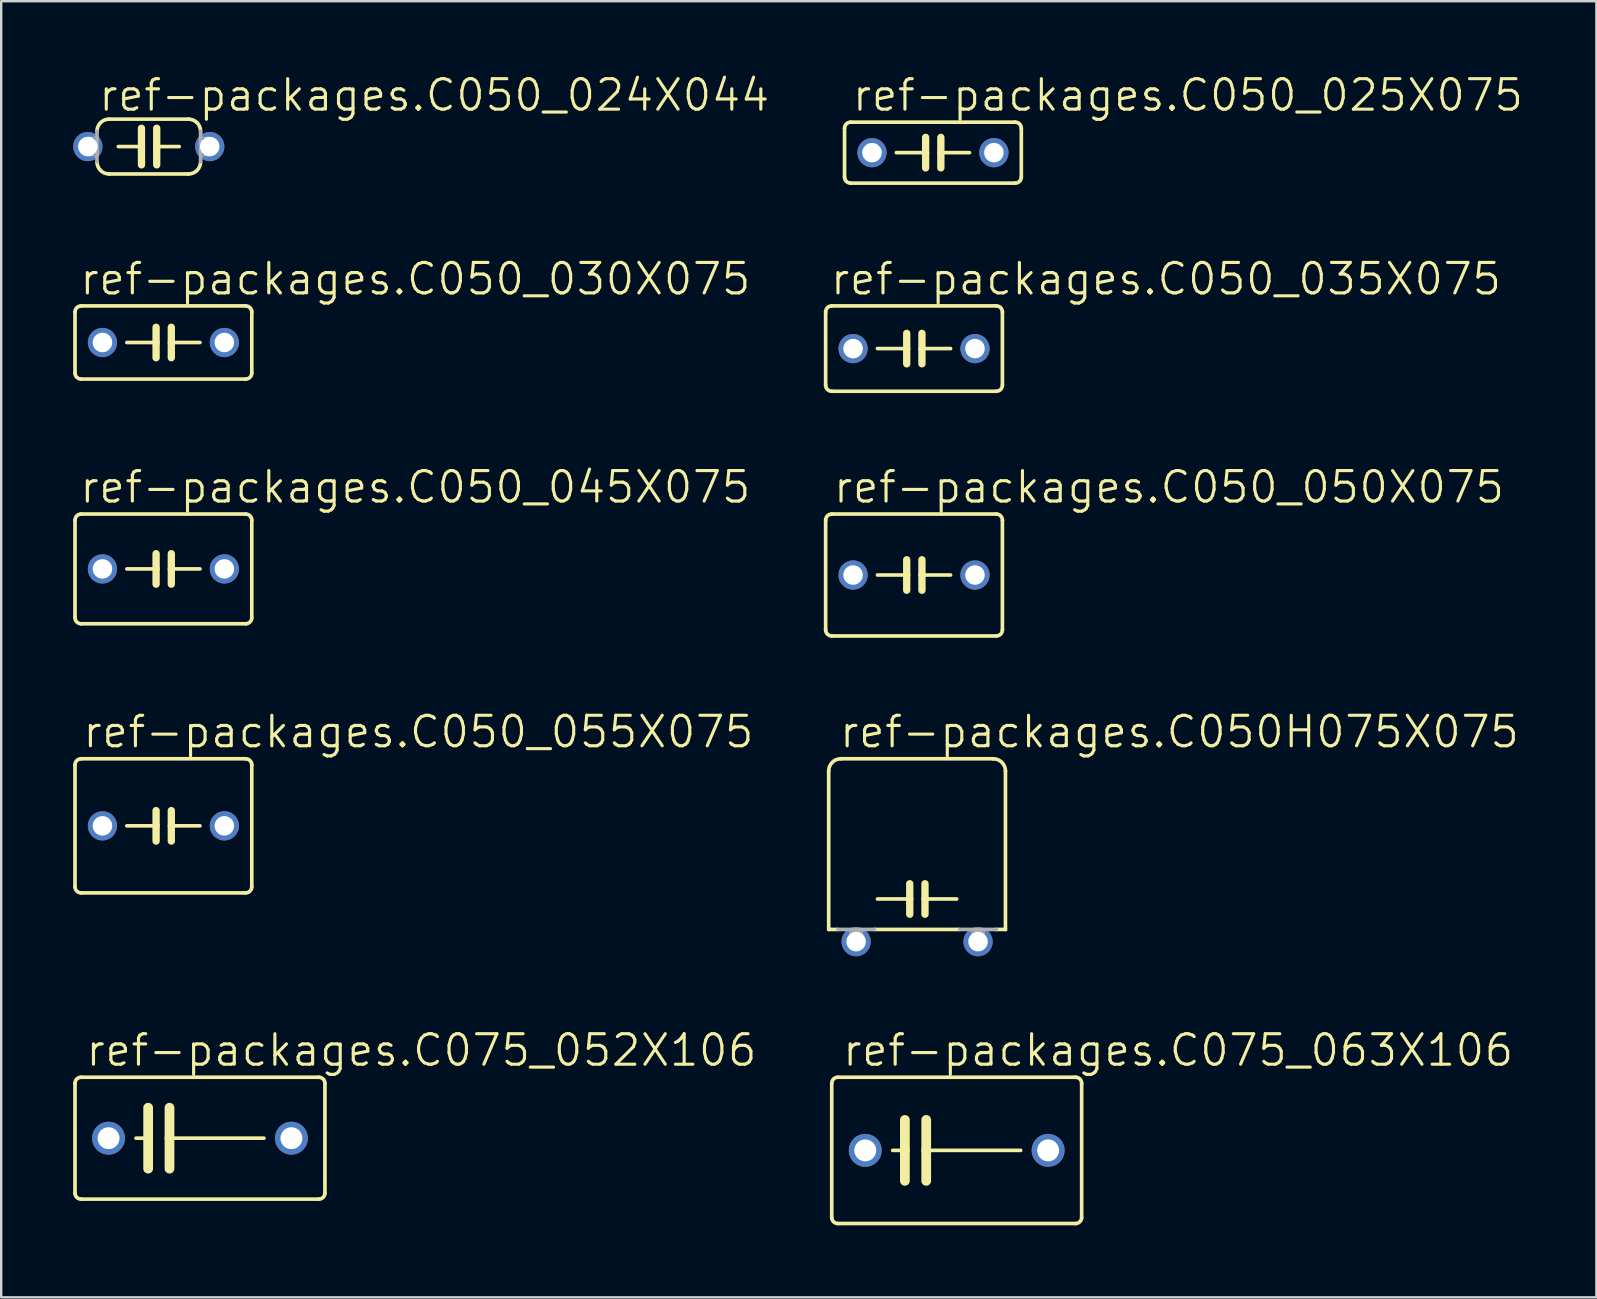
<source format=kicad_pcb>
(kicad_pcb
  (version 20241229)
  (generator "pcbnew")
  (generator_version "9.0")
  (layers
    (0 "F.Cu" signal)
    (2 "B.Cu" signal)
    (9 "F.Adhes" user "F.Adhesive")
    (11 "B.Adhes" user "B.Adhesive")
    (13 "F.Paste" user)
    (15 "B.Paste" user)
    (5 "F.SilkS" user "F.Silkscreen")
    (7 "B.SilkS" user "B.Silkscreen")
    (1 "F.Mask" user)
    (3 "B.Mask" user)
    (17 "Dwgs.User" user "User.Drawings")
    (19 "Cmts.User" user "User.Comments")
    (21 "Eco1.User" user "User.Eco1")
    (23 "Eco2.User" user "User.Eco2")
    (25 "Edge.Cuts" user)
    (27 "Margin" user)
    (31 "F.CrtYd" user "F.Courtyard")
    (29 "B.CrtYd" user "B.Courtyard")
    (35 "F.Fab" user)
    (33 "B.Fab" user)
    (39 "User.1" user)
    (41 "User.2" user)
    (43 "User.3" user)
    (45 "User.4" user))
  (footprint "ref-packages.C050_055X075"
    (layer "F.Cu")
    (at 3.759 31.363)
    (property "Reference" "ref-packages.C050_055X075" (at -3.429 -3.175 0) (layer "F.SilkS") (effects (font (size 1.27 1.27) (thickness 0.13)) (justify left bottom)))
    (attr through_hole)
    (fp_line (start -3.683 -2.54) (end -3.683 2.54) (stroke (width 0.152) (type default)) (layer "F.SilkS"))
    (fp_line (start -3.429 2.794) (end 3.429 2.794) (stroke (width 0.152) (type default)) (layer "F.SilkS"))
    (fp_line (start -0.305 -0.635) (end -0.305 0) (stroke (width 0.305) (type default)) (layer "F.SilkS"))
    (fp_line (start -0.305 0) (end -1.524 0) (stroke (width 0.152) (type default)) (layer "F.SilkS"))
    (fp_line (start -0.305 0) (end -0.305 0.635) (stroke (width 0.305) (type default)) (layer "F.SilkS"))
    (fp_line (start 0.33 -0.635) (end 0.33 0) (stroke (width 0.305) (type default)) (layer "F.SilkS"))
    (fp_line (start 0.33 0) (end 0.33 0.635) (stroke (width 0.305) (type default)) (layer "F.SilkS"))
    (fp_line (start 0.33 0) (end 1.524 0) (stroke (width 0.152) (type default)) (layer "F.SilkS"))
    (fp_line (start 3.429 -2.794) (end -3.429 -2.794) (stroke (width 0.152) (type default)) (layer "F.SilkS"))
    (fp_line (start 3.683 2.54) (end 3.683 -2.54) (stroke (width 0.152) (type default)) (layer "F.SilkS"))
    (fp_arc (start -3.683 -2.54) (mid -3.608605 -2.719605) (end -3.429 -2.794) (stroke (width 0.1524) (type default)) (layer "F.SilkS"))
    (fp_arc (start -3.429 2.794) (mid -3.608605 2.719605) (end -3.683 2.54) (stroke (width 0.1524) (type default)) (layer "F.SilkS"))
    (fp_arc (start 3.429 -2.794) (mid 3.608605 -2.719605) (end 3.683 -2.54) (stroke (width 0.1524) (type default)) (layer "F.SilkS"))
    (fp_arc (start 3.683 2.54) (mid 3.608605 2.719605) (end 3.429 2.794) (stroke (width 0.1524) (type default)) (layer "F.SilkS"))
    (pad "1" thru_hole circle (at -2.54 0) (size 1.219 1.219) (drill 0.813) (layers "*.Cu" "*.Mask"))
    (pad "2" thru_hole circle (at 2.54 0) (size 1.219 1.219) (drill 0.813) (layers "*.Cu" "*.Mask")))
  (footprint "ref-packages.C050H075X075"
    (layer "F.Cu")
    (at 35.165 36.189)
    (property "Reference" "ref-packages.C050H075X075" (at -3.302 -8.001 0) (layer "F.SilkS") (effects (font (size 1.27 1.27) (thickness 0.13)) (justify left bottom)))
    (attr through_hole)
    (fp_line (start -3.683 -7.112) (end -3.683 -0.508) (stroke (width 0.152) (type default)) (layer "F.SilkS"))
    (fp_line (start -3.683 -0.508) (end -3.302 -0.508) (stroke (width 0.152) (type default)) (layer "F.SilkS"))
    (fp_line (start -1.778 -0.508) (end 1.778 -0.508) (stroke (width 0.152) (type default)) (layer "F.SilkS"))
    (fp_line (start -0.305 -2.413) (end -0.305 -1.778) (stroke (width 0.305) (type default)) (layer "F.SilkS"))
    (fp_line (start -0.305 -1.778) (end -1.651 -1.778) (stroke (width 0.152) (type default)) (layer "F.SilkS"))
    (fp_line (start -0.305 -1.778) (end -0.305 -1.143) (stroke (width 0.305) (type default)) (layer "F.SilkS"))
    (fp_line (start 0.33 -2.413) (end 0.33 -1.778) (stroke (width 0.305) (type default)) (layer "F.SilkS"))
    (fp_line (start 0.33 -1.778) (end 0.33 -1.143) (stroke (width 0.305) (type default)) (layer "F.SilkS"))
    (fp_line (start 0.33 -1.778) (end 1.651 -1.778) (stroke (width 0.152) (type default)) (layer "F.SilkS"))
    (fp_line (start 3.175 -7.62) (end -3.175 -7.62) (stroke (width 0.152) (type default)) (layer "F.SilkS"))
    (fp_line (start 3.302 -0.508) (end 3.683 -0.508) (stroke (width 0.152) (type default)) (layer "F.SilkS"))
    (fp_line (start 3.683 -0.508) (end 3.683 -7.112) (stroke (width 0.152) (type default)) (layer "F.SilkS"))
    (fp_arc (start -3.683 -7.112) (mid -3.53421 -7.47121) (end -3.175 -7.62) (stroke (width 0.1524) (type default)) (layer "F.SilkS"))
    (fp_arc (start 3.175 -7.62) (mid 3.53421 -7.47121) (end 3.683 -7.112) (stroke (width 0.1524) (type default)) (layer "F.SilkS"))
    (fp_line (start -3.302 -0.508) (end -1.778 -0.508) (stroke (width 0.152) (type default)) (layer "F.Fab"))
    (fp_line (start -2.54 0) (end -2.54 -0.254) (stroke (width 0.508) (type default)) (layer "F.Fab"))
    (fp_line (start 1.778 -0.508) (end 3.302 -0.508) (stroke (width 0.152) (type default)) (layer "F.Fab"))
    (fp_line (start 2.54 0) (end 2.54 -0.254) (stroke (width 0.508) (type default)) (layer "F.Fab"))
    (fp_rect (start -2.794 -0.127) (end -2.286 -0.508) (stroke (width 0.05) (type default)) (fill no) (layer "F.Fab"))
    (fp_rect (start 2.286 -0.127) (end 2.794 -0.508) (stroke (width 0.05) (type default)) (fill no) (layer "F.Fab"))
    (pad "1" thru_hole circle (at -2.54 0) (size 1.219 1.219) (drill 0.813) (layers "*.Cu" "*.Mask"))
    (pad "2" thru_hole circle (at 2.54 0) (size 1.219 1.219) (drill 0.813) (layers "*.Cu" "*.Mask")))
  (footprint "ref-packages.C050_035X075"
    (layer "F.Cu")
    (at 35.038 11.476)
    (property "Reference" "ref-packages.C050_035X075" (at -3.556 -2.159 0) (layer "F.SilkS") (effects (font (size 1.27 1.27) (thickness 0.13)) (justify left bottom)))
    (attr through_hole)
    (fp_line (start -3.683 -1.524) (end -3.683 1.524) (stroke (width 0.152) (type default)) (layer "F.SilkS"))
    (fp_line (start -3.429 1.778) (end 3.429 1.778) (stroke (width 0.152) (type default)) (layer "F.SilkS"))
    (fp_line (start -0.305 -0.635) (end -0.305 0) (stroke (width 0.305) (type default)) (layer "F.SilkS"))
    (fp_line (start -0.305 0) (end -1.524 0) (stroke (width 0.152) (type default)) (layer "F.SilkS"))
    (fp_line (start -0.305 0) (end -0.305 0.635) (stroke (width 0.305) (type default)) (layer "F.SilkS"))
    (fp_line (start 0.33 -0.635) (end 0.33 0) (stroke (width 0.305) (type default)) (layer "F.SilkS"))
    (fp_line (start 0.33 0) (end 0.33 0.635) (stroke (width 0.305) (type default)) (layer "F.SilkS"))
    (fp_line (start 0.33 0) (end 1.524 0) (stroke (width 0.152) (type default)) (layer "F.SilkS"))
    (fp_line (start 3.429 -1.778) (end -3.429 -1.778) (stroke (width 0.152) (type default)) (layer "F.SilkS"))
    (fp_line (start 3.683 1.524) (end 3.683 -1.524) (stroke (width 0.152) (type default)) (layer "F.SilkS"))
    (fp_arc (start -3.683 -1.524) (mid -3.608605 -1.703605) (end -3.429 -1.778) (stroke (width 0.1524) (type default)) (layer "F.SilkS"))
    (fp_arc (start -3.429 1.778) (mid -3.608605 1.703605) (end -3.683 1.524) (stroke (width 0.1524) (type default)) (layer "F.SilkS"))
    (fp_arc (start 3.429 -1.778) (mid 3.608605 -1.703605) (end 3.683 -1.524) (stroke (width 0.1524) (type default)) (layer "F.SilkS"))
    (fp_arc (start 3.683 1.524) (mid 3.608605 1.703605) (end 3.429 1.778) (stroke (width 0.1524) (type default)) (layer "F.SilkS"))
    (pad "1" thru_hole circle (at -2.54 0) (size 1.219 1.219) (drill 0.813) (layers "*.Cu" "*.Mask"))
    (pad "2" thru_hole circle (at 2.54 0) (size 1.219 1.219) (drill 0.813) (layers "*.Cu" "*.Mask")))
  (footprint "ref-packages.C050_045X075"
    (layer "F.Cu")
    (at 3.759 20.657)
    (property "Reference" "ref-packages.C050_045X075" (at -3.556 -2.667 0) (layer "F.SilkS") (effects (font (size 1.27 1.27) (thickness 0.13)) (justify left bottom)))
    (attr through_hole)
    (fp_line (start -3.683 -2.032) (end -3.683 2.032) (stroke (width 0.152) (type default)) (layer "F.SilkS"))
    (fp_line (start -3.429 2.286) (end 3.429 2.286) (stroke (width 0.152) (type default)) (layer "F.SilkS"))
    (fp_line (start -0.305 -0.635) (end -0.305 0) (stroke (width 0.305) (type default)) (layer "F.SilkS"))
    (fp_line (start -0.305 0) (end -1.524 0) (stroke (width 0.152) (type default)) (layer "F.SilkS"))
    (fp_line (start -0.305 0) (end -0.305 0.635) (stroke (width 0.305) (type default)) (layer "F.SilkS"))
    (fp_line (start 0.33 -0.635) (end 0.33 0) (stroke (width 0.305) (type default)) (layer "F.SilkS"))
    (fp_line (start 0.33 0) (end 0.33 0.635) (stroke (width 0.305) (type default)) (layer "F.SilkS"))
    (fp_line (start 0.33 0) (end 1.524 0) (stroke (width 0.152) (type default)) (layer "F.SilkS"))
    (fp_line (start 3.429 -2.286) (end -3.429 -2.286) (stroke (width 0.152) (type default)) (layer "F.SilkS"))
    (fp_line (start 3.683 2.032) (end 3.683 -2.032) (stroke (width 0.152) (type default)) (layer "F.SilkS"))
    (fp_arc (start -3.683 -2.032) (mid -3.608605 -2.211605) (end -3.429 -2.286) (stroke (width 0.1524) (type default)) (layer "F.SilkS"))
    (fp_arc (start -3.429 2.286) (mid -3.608605 2.211605) (end -3.683 2.032) (stroke (width 0.1524) (type default)) (layer "F.SilkS"))
    (fp_arc (start 3.429 -2.286) (mid 3.608605 -2.211605) (end 3.683 -2.032) (stroke (width 0.1524) (type default)) (layer "F.SilkS"))
    (fp_arc (start 3.683 2.032) (mid 3.608605 2.211605) (end 3.429 2.286) (stroke (width 0.1524) (type default)) (layer "F.SilkS"))
    (pad "1" thru_hole circle (at -2.54 0) (size 1.219 1.219) (drill 0.813) (layers "*.Cu" "*.Mask"))
    (pad "2" thru_hole circle (at 2.54 0) (size 1.219 1.219) (drill 0.813) (layers "*.Cu" "*.Mask")))
  (footprint "ref-packages.C050_025X075"
    (layer "F.Cu")
    (at 35.826 3.311)
    (property "Reference" "ref-packages.C050_025X075" (at -3.429 -1.651 0) (layer "F.SilkS") (effects (font (size 1.27 1.27) (thickness 0.13)) (justify left bottom)))
    (attr through_hole)
    (fp_line (start -3.683 -1.016) (end -3.683 1.016) (stroke (width 0.152) (type default)) (layer "F.SilkS"))
    (fp_line (start -3.429 1.27) (end 3.429 1.27) (stroke (width 0.152) (type default)) (layer "F.SilkS"))
    (fp_line (start -0.305 -0.635) (end -0.305 0) (stroke (width 0.305) (type default)) (layer "F.SilkS"))
    (fp_line (start -0.305 0) (end -1.524 0) (stroke (width 0.152) (type default)) (layer "F.SilkS"))
    (fp_line (start -0.305 0) (end -0.305 0.635) (stroke (width 0.305) (type default)) (layer "F.SilkS"))
    (fp_line (start 0.33 -0.635) (end 0.33 0) (stroke (width 0.305) (type default)) (layer "F.SilkS"))
    (fp_line (start 0.33 0) (end 0.33 0.635) (stroke (width 0.305) (type default)) (layer "F.SilkS"))
    (fp_line (start 0.33 0) (end 1.524 0) (stroke (width 0.152) (type default)) (layer "F.SilkS"))
    (fp_line (start 3.429 -1.27) (end -3.429 -1.27) (stroke (width 0.152) (type default)) (layer "F.SilkS"))
    (fp_line (start 3.683 1.016) (end 3.683 -1.016) (stroke (width 0.152) (type default)) (layer "F.SilkS"))
    (fp_arc (start -3.683 -1.016) (mid -3.608605 -1.195605) (end -3.429 -1.27) (stroke (width 0.1524) (type default)) (layer "F.SilkS"))
    (fp_arc (start -3.429 1.27) (mid -3.608605 1.195605) (end -3.683 1.016) (stroke (width 0.1524) (type default)) (layer "F.SilkS"))
    (fp_arc (start 3.429 -1.27) (mid 3.608605 -1.195605) (end 3.683 -1.016) (stroke (width 0.1524) (type default)) (layer "F.SilkS"))
    (fp_arc (start 3.683 1.016) (mid 3.608605 1.195605) (end 3.429 1.27) (stroke (width 0.1524) (type default)) (layer "F.SilkS"))
    (pad "1" thru_hole circle (at -2.54 0) (size 1.219 1.219) (drill 0.813) (layers "*.Cu" "*.Mask"))
    (pad "2" thru_hole circle (at 2.54 0) (size 1.219 1.219) (drill 0.813) (layers "*.Cu" "*.Mask")))
  (footprint "ref-packages.C075_052X106"
    (layer "F.Cu")
    (at 5.283 44.379)
    (property "Reference" "ref-packages.C075_052X106" (at -4.826 -2.921 0) (layer "F.SilkS") (effects (font (size 1.27 1.27) (thickness 0.13)) (justify left bottom)))
    (attr through_hole)
    (fp_line (start -5.207 -2.286) (end -5.207 2.286) (stroke (width 0.152) (type default)) (layer "F.SilkS"))
    (fp_line (start -4.953 2.54) (end 4.953 2.54) (stroke (width 0.152) (type default)) (layer "F.SilkS"))
    (fp_line (start -2.667 0) (end -2.159 0) (stroke (width 0.152) (type default)) (layer "F.SilkS"))
    (fp_line (start -2.159 -1.27) (end -2.159 0) (stroke (width 0.406) (type default)) (layer "F.SilkS"))
    (fp_line (start -2.159 0) (end -2.159 1.27) (stroke (width 0.406) (type default)) (layer "F.SilkS"))
    (fp_line (start -1.27 -1.27) (end -1.27 0) (stroke (width 0.406) (type default)) (layer "F.SilkS"))
    (fp_line (start -1.27 0) (end -1.27 1.27) (stroke (width 0.406) (type default)) (layer "F.SilkS"))
    (fp_line (start -1.27 0) (end 2.667 0) (stroke (width 0.152) (type default)) (layer "F.SilkS"))
    (fp_line (start 4.953 -2.54) (end -4.953 -2.54) (stroke (width 0.152) (type default)) (layer "F.SilkS"))
    (fp_line (start 5.207 2.286) (end 5.207 -2.286) (stroke (width 0.152) (type default)) (layer "F.SilkS"))
    (fp_arc (start -5.207 -2.286) (mid -5.132605 -2.465605) (end -4.953 -2.54) (stroke (width 0.1524) (type default)) (layer "F.SilkS"))
    (fp_arc (start -4.953 2.54) (mid -5.132605 2.465605) (end -5.207 2.286) (stroke (width 0.1524) (type default)) (layer "F.SilkS"))
    (fp_arc (start 4.953 -2.54) (mid 5.132605 -2.465605) (end 5.207 -2.286) (stroke (width 0.1524) (type default)) (layer "F.SilkS"))
    (fp_arc (start 5.207 2.286) (mid 5.132605 2.465605) (end 4.953 2.54) (stroke (width 0.1524) (type default)) (layer "F.SilkS"))
    (pad "1" thru_hole circle (at -3.81 0) (size 1.372 1.372) (drill 0.914) (layers "*.Cu" "*.Mask"))
    (pad "2" thru_hole circle (at 3.81 0) (size 1.372 1.372) (drill 0.914) (layers "*.Cu" "*.Mask")))
  (footprint "ref-packages.C075_063X106"
    (layer "F.Cu")
    (at 36.816 44.887)
    (property "Reference" "ref-packages.C075_063X106" (at -4.826 -3.429 0) (layer "F.SilkS") (effects (font (size 1.27 1.27) (thickness 0.13)) (justify left bottom)))
    (attr through_hole)
    (fp_line (start -5.207 -2.794) (end -5.207 2.794) (stroke (width 0.152) (type default)) (layer "F.SilkS"))
    (fp_line (start -4.953 3.048) (end 4.953 3.048) (stroke (width 0.152) (type default)) (layer "F.SilkS"))
    (fp_line (start -2.667 0) (end -2.159 0) (stroke (width 0.152) (type default)) (layer "F.SilkS"))
    (fp_line (start -2.159 -1.27) (end -2.159 0) (stroke (width 0.406) (type default)) (layer "F.SilkS"))
    (fp_line (start -2.159 0) (end -2.159 1.27) (stroke (width 0.406) (type default)) (layer "F.SilkS"))
    (fp_line (start -1.27 -1.27) (end -1.27 0) (stroke (width 0.406) (type default)) (layer "F.SilkS"))
    (fp_line (start -1.27 0) (end -1.27 1.27) (stroke (width 0.406) (type default)) (layer "F.SilkS"))
    (fp_line (start -1.27 0) (end 2.667 0) (stroke (width 0.152) (type default)) (layer "F.SilkS"))
    (fp_line (start 4.953 -3.048) (end -4.953 -3.048) (stroke (width 0.152) (type default)) (layer "F.SilkS"))
    (fp_line (start 5.207 2.794) (end 5.207 -2.794) (stroke (width 0.152) (type default)) (layer "F.SilkS"))
    (fp_arc (start -5.207 -2.794) (mid -5.132605 -2.973605) (end -4.953 -3.048) (stroke (width 0.1524) (type default)) (layer "F.SilkS"))
    (fp_arc (start -4.953 3.048) (mid -5.132605 2.973605) (end -5.207 2.794) (stroke (width 0.1524) (type default)) (layer "F.SilkS"))
    (fp_arc (start 4.953 -3.048) (mid 5.132605 -2.973605) (end 5.207 -2.794) (stroke (width 0.1524) (type default)) (layer "F.SilkS"))
    (fp_arc (start 5.207 2.794) (mid 5.132605 2.973605) (end 4.953 3.048) (stroke (width 0.1524) (type default)) (layer "F.SilkS"))
    (pad "1" thru_hole circle (at -3.81 0) (size 1.372 1.372) (drill 0.914) (layers "*.Cu" "*.Mask"))
    (pad "2" thru_hole circle (at 3.81 0) (size 1.372 1.372) (drill 0.914) (layers "*.Cu" "*.Mask")))
  (footprint "ref-packages.C050_030X075"
    (layer "F.Cu")
    (at 3.759 11.222)
    (property "Reference" "ref-packages.C050_030X075" (at -3.556 -1.905 0) (layer "F.SilkS") (effects (font (size 1.27 1.27) (thickness 0.13)) (justify left bottom)))
    (attr through_hole)
    (fp_line (start -3.683 -1.27) (end -3.683 1.27) (stroke (width 0.152) (type default)) (layer "F.SilkS"))
    (fp_line (start -3.429 1.524) (end 3.429 1.524) (stroke (width 0.152) (type default)) (layer "F.SilkS"))
    (fp_line (start -0.305 -0.635) (end -0.305 0) (stroke (width 0.305) (type default)) (layer "F.SilkS"))
    (fp_line (start -0.305 0) (end -1.524 0) (stroke (width 0.152) (type default)) (layer "F.SilkS"))
    (fp_line (start -0.305 0) (end -0.305 0.635) (stroke (width 0.305) (type default)) (layer "F.SilkS"))
    (fp_line (start 0.33 -0.635) (end 0.33 0) (stroke (width 0.305) (type default)) (layer "F.SilkS"))
    (fp_line (start 0.33 0) (end 0.33 0.635) (stroke (width 0.305) (type default)) (layer "F.SilkS"))
    (fp_line (start 0.33 0) (end 1.524 0) (stroke (width 0.152) (type default)) (layer "F.SilkS"))
    (fp_line (start 3.429 -1.524) (end -3.429 -1.524) (stroke (width 0.152) (type default)) (layer "F.SilkS"))
    (fp_line (start 3.683 1.27) (end 3.683 -1.27) (stroke (width 0.152) (type default)) (layer "F.SilkS"))
    (fp_arc (start -3.683 -1.27) (mid -3.608605 -1.449605) (end -3.429 -1.524) (stroke (width 0.1524) (type default)) (layer "F.SilkS"))
    (fp_arc (start -3.429 1.524) (mid -3.608605 1.449605) (end -3.683 1.27) (stroke (width 0.1524) (type default)) (layer "F.SilkS"))
    (fp_arc (start 3.429 -1.524) (mid 3.608605 -1.449605) (end 3.683 -1.27) (stroke (width 0.1524) (type default)) (layer "F.SilkS"))
    (fp_arc (start 3.683 1.27) (mid 3.608605 1.449605) (end 3.429 1.524) (stroke (width 0.1524) (type default)) (layer "F.SilkS"))
    (pad "1" thru_hole circle (at -2.54 0) (size 1.219 1.219) (drill 0.813) (layers "*.Cu" "*.Mask"))
    (pad "2" thru_hole circle (at 2.54 0) (size 1.219 1.219) (drill 0.813) (layers "*.Cu" "*.Mask")))
  (footprint "ref-packages.C050_050X075"
    (layer "F.Cu")
    (at 35.038 20.911)
    (property "Reference" "ref-packages.C050_050X075" (at -3.429 -2.921 0) (layer "F.SilkS") (effects (font (size 1.27 1.27) (thickness 0.13)) (justify left bottom)))
    (attr through_hole)
    (fp_line (start -3.683 -2.286) (end -3.683 2.286) (stroke (width 0.152) (type default)) (layer "F.SilkS"))
    (fp_line (start -3.429 2.54) (end 3.429 2.54) (stroke (width 0.152) (type default)) (layer "F.SilkS"))
    (fp_line (start -0.305 -0.635) (end -0.305 0) (stroke (width 0.305) (type default)) (layer "F.SilkS"))
    (fp_line (start -0.305 0) (end -1.524 0) (stroke (width 0.152) (type default)) (layer "F.SilkS"))
    (fp_line (start -0.305 0) (end -0.305 0.635) (stroke (width 0.305) (type default)) (layer "F.SilkS"))
    (fp_line (start 0.33 -0.635) (end 0.33 0) (stroke (width 0.305) (type default)) (layer "F.SilkS"))
    (fp_line (start 0.33 0) (end 0.33 0.635) (stroke (width 0.305) (type default)) (layer "F.SilkS"))
    (fp_line (start 0.33 0) (end 1.524 0) (stroke (width 0.152) (type default)) (layer "F.SilkS"))
    (fp_line (start 3.429 -2.54) (end -3.429 -2.54) (stroke (width 0.152) (type default)) (layer "F.SilkS"))
    (fp_line (start 3.683 2.286) (end 3.683 -2.286) (stroke (width 0.152) (type default)) (layer "F.SilkS"))
    (fp_arc (start -3.683 -2.286) (mid -3.608605 -2.465605) (end -3.429 -2.54) (stroke (width 0.1524) (type default)) (layer "F.SilkS"))
    (fp_arc (start -3.429 2.54) (mid -3.608605 2.465605) (end -3.683 2.286) (stroke (width 0.1524) (type default)) (layer "F.SilkS"))
    (fp_arc (start 3.429 -2.54) (mid 3.608605 -2.465605) (end 3.683 -2.286) (stroke (width 0.1524) (type default)) (layer "F.SilkS"))
    (fp_arc (start 3.683 2.286) (mid 3.608605 2.465605) (end 3.429 2.54) (stroke (width 0.1524) (type default)) (layer "F.SilkS"))
    (pad "1" thru_hole circle (at -2.54 0) (size 1.219 1.219) (drill 0.813) (layers "*.Cu" "*.Mask"))
    (pad "2" thru_hole circle (at 2.54 0) (size 1.219 1.219) (drill 0.813) (layers "*.Cu" "*.Mask")))
  (footprint "ref-packages.C050_024X044"
    (layer "F.Cu")
    (at 3.15 3.057)
    (property "Reference" "ref-packages.C050_024X044" (at -2.159 -1.397 0) (layer "F.SilkS") (effects (font (size 1.27 1.27) (thickness 0.13)) (justify left bottom)))
    (attr through_hole)
    (fp_line (start -1.27 0) (end -0.305 0) (stroke (width 0.152) (type default)) (layer "F.SilkS"))
    (fp_line (start -0.305 -0.762) (end -0.305 0) (stroke (width 0.305) (type default)) (layer "F.SilkS"))
    (fp_line (start -0.305 0) (end -0.305 0.762) (stroke (width 0.305) (type default)) (layer "F.SilkS"))
    (fp_line (start 0.33 -0.762) (end 0.33 0) (stroke (width 0.305) (type default)) (layer "F.SilkS"))
    (fp_line (start 0.33 0) (end 0.33 0.762) (stroke (width 0.305) (type default)) (layer "F.SilkS"))
    (fp_line (start 1.27 0) (end 0.33 0) (stroke (width 0.152) (type default)) (layer "F.SilkS"))
    (fp_line (start 1.651 -1.143) (end -1.651 -1.143) (stroke (width 0.152) (type default)) (layer "F.SilkS"))
    (fp_line (start 1.651 1.143) (end -1.651 1.143) (stroke (width 0.152) (type default)) (layer "F.SilkS"))
    (fp_arc (start -2.159 -0.635) (mid -2.01021 -0.99421) (end -1.651 -1.143) (stroke (width 0.1524) (type default)) (layer "F.SilkS"))
    (fp_arc (start -1.651 1.143) (mid -2.01021 0.99421) (end -2.159 0.635) (stroke (width 0.1524) (type default)) (layer "F.SilkS"))
    (fp_arc (start 1.651 -1.143) (mid 2.01021 -0.99421) (end 2.159 -0.635) (stroke (width 0.1524) (type default)) (layer "F.SilkS"))
    (fp_arc (start 2.159 0.635) (mid 2.01021 0.99421) (end 1.651 1.143) (stroke (width 0.1524) (type default)) (layer "F.SilkS"))
    (fp_line (start -2.159 0.635) (end -2.159 -0.635) (stroke (width 0.152) (type default)) (layer "F.Fab"))
    (fp_line (start 2.159 0.635) (end 2.159 -0.635) (stroke (width 0.152) (type default)) (layer "F.Fab"))
    (fp_rect (start -2.54 0.381) (end -2.159 -0.381) (stroke (width 0.05) (type default)) (fill no) (layer "F.Fab"))
    (fp_rect (start 2.159 0.381) (end 2.54 -0.381) (stroke (width 0.05) (type default)) (fill no) (layer "F.Fab"))
    (pad "1" thru_hole circle (at -2.54 0) (size 1.219 1.219) (drill 0.813) (layers "*.Cu" "*.Mask"))
    (pad "2" thru_hole circle (at 2.54 0) (size 1.219 1.219) (drill 0.813) (layers "*.Cu" "*.Mask")))
  (gr_rect
    (start -3 -3)
    (end 63.473 51.011)
    (stroke (width 0.1) (type default))
    (fill no)
    (layer "Edge.Cuts")))
</source>
